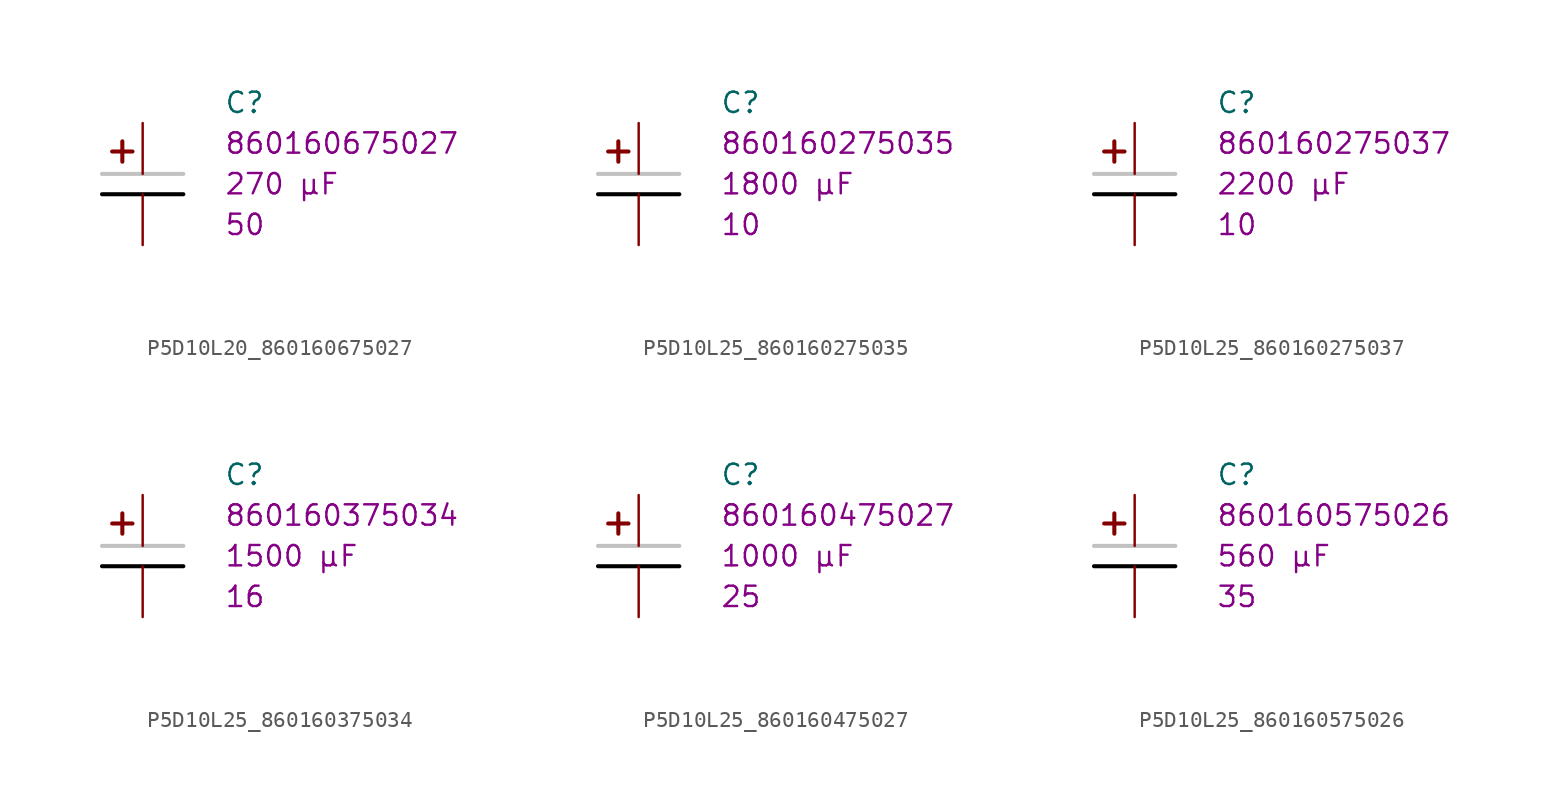
<source format=kicad_sym>
(kicad_symbol_lib
  (version 20220914)
  (generator kicad_symbol_editor)
  (symbol "P5D10L20_860160675027"
    (pin_numbers hide)
    (pin_names hide)
    (property "Reference" "C"
      (at 5.08 5.08 0)
      (effects (font (size 1.27 1.27)) (justify left)))
    (property "Part Number" "860160675027"
      (at 5.08 2.54 0)
      (effects (font (size 1.27 1.27)) (justify left)))
    (property "Capacitance" "270 µF"
      (at 5.08 0 0)
      (effects (font (size 1.27 1.27)) (justify left)))
    (property "Voltage" "50"
      (at 5.08 -2.54 0)
      (effects (font (size 1.27 1.27)) (justify left)))
    (property "Critical Parameter" ""
      (at 0 -7.62 0)
      (effects (font (size 1.27 1.27))))
    (symbol "P5D10L20_860160675027_1_1"
      (polyline (pts (xy -1.27 2.667) (xy -1.27 1.397)) (stroke (width 0.254) (type default)) (fill (type none)))
      (polyline (pts (xy -0.635 2.032) (xy -1.905 2.032)) (stroke (width 0.254) (type default)) (fill (type none)))
      (polyline (pts (xy 2.54 -0.635) (xy -2.54 -0.635)) (stroke (width 0.254) (type default) (color 0 0 0 1)) (fill (type none)))
      (polyline (pts (xy 2.54 0.635) (xy -2.54 0.635)) (stroke (width 0.254) (type default) (color 194 194 194 1)) (fill (type none)))
      (pin passive line (at 0 3.81 270) (length 3.175) (name "1" (effects (font (size 1.27 1.27)))) (number "1" (effects (font (size 1.27 1.27)))))
      (pin passive line (at 0 -3.81 90) (length 3.175) (name "2" (effects (font (size 1.27 1.27)))) (number "2" (effects (font (size 1.27 1.27)))))))
  (symbol "P5D10L25_860160275035"
    (pin_numbers hide)
    (pin_names hide)
    (property "Reference" "C"
      (at 5.08 5.08 0)
      (effects (font (size 1.27 1.27)) (justify left)))
    (property "Part Number" "860160275035"
      (at 5.08 2.54 0)
      (effects (font (size 1.27 1.27)) (justify left)))
    (property "Capacitance" "1800 µF"
      (at 5.08 0 0)
      (effects (font (size 1.27 1.27)) (justify left)))
    (property "Voltage" "10"
      (at 5.08 -2.54 0)
      (effects (font (size 1.27 1.27)) (justify left)))
    (property "Critical Parameter" ""
      (at 0 -7.62 0)
      (effects (font (size 1.27 1.27))))
    (symbol "P5D10L25_860160275035_1_1"
      (polyline (pts (xy -1.27 2.667) (xy -1.27 1.397)) (stroke (width 0.254) (type default)) (fill (type none)))
      (polyline (pts (xy -0.635 2.032) (xy -1.905 2.032)) (stroke (width 0.254) (type default)) (fill (type none)))
      (polyline (pts (xy 2.54 -0.635) (xy -2.54 -0.635)) (stroke (width 0.254) (type default) (color 0 0 0 1)) (fill (type none)))
      (polyline (pts (xy 2.54 0.635) (xy -2.54 0.635)) (stroke (width 0.254) (type default) (color 194 194 194 1)) (fill (type none)))
      (pin passive line (at 0 3.81 270) (length 3.175) (name "1" (effects (font (size 1.27 1.27)))) (number "1" (effects (font (size 1.27 1.27)))))
      (pin passive line (at 0 -3.81 90) (length 3.175) (name "2" (effects (font (size 1.27 1.27)))) (number "2" (effects (font (size 1.27 1.27)))))))
  (symbol "P5D10L25_860160275037"
    (pin_numbers hide)
    (pin_names hide)
    (property "Reference" "C"
      (at 5.08 5.08 0)
      (effects (font (size 1.27 1.27)) (justify left)))
    (property "Part Number" "860160275037"
      (at 5.08 2.54 0)
      (effects (font (size 1.27 1.27)) (justify left)))
    (property "Capacitance" "2200 µF"
      (at 5.08 0 0)
      (effects (font (size 1.27 1.27)) (justify left)))
    (property "Voltage" "10"
      (at 5.08 -2.54 0)
      (effects (font (size 1.27 1.27)) (justify left)))
    (property "Critical Parameter" ""
      (at 0 -7.62 0)
      (effects (font (size 1.27 1.27))))
    (symbol "P5D10L25_860160275037_1_1"
      (polyline (pts (xy -1.27 2.667) (xy -1.27 1.397)) (stroke (width 0.254) (type default)) (fill (type none)))
      (polyline (pts (xy -0.635 2.032) (xy -1.905 2.032)) (stroke (width 0.254) (type default)) (fill (type none)))
      (polyline (pts (xy 2.54 -0.635) (xy -2.54 -0.635)) (stroke (width 0.254) (type default) (color 0 0 0 1)) (fill (type none)))
      (polyline (pts (xy 2.54 0.635) (xy -2.54 0.635)) (stroke (width 0.254) (type default) (color 194 194 194 1)) (fill (type none)))
      (pin passive line (at 0 3.81 270) (length 3.175) (name "1" (effects (font (size 1.27 1.27)))) (number "1" (effects (font (size 1.27 1.27)))))
      (pin passive line (at 0 -3.81 90) (length 3.175) (name "2" (effects (font (size 1.27 1.27)))) (number "2" (effects (font (size 1.27 1.27)))))))
  (symbol "P5D10L25_860160375034"
    (pin_numbers hide)
    (pin_names hide)
    (property "Reference" "C"
      (at 5.08 5.08 0)
      (effects (font (size 1.27 1.27)) (justify left)))
    (property "Part Number" "860160375034"
      (at 5.08 2.54 0)
      (effects (font (size 1.27 1.27)) (justify left)))
    (property "Capacitance" "1500 µF"
      (at 5.08 0 0)
      (effects (font (size 1.27 1.27)) (justify left)))
    (property "Voltage" "16"
      (at 5.08 -2.54 0)
      (effects (font (size 1.27 1.27)) (justify left)))
    (property "Critical Parameter" ""
      (at 0 -7.62 0)
      (effects (font (size 1.27 1.27))))
    (symbol "P5D10L25_860160375034_1_1"
      (polyline (pts (xy -1.27 2.667) (xy -1.27 1.397)) (stroke (width 0.254) (type default)) (fill (type none)))
      (polyline (pts (xy -0.635 2.032) (xy -1.905 2.032)) (stroke (width 0.254) (type default)) (fill (type none)))
      (polyline (pts (xy 2.54 -0.635) (xy -2.54 -0.635)) (stroke (width 0.254) (type default) (color 0 0 0 1)) (fill (type none)))
      (polyline (pts (xy 2.54 0.635) (xy -2.54 0.635)) (stroke (width 0.254) (type default) (color 194 194 194 1)) (fill (type none)))
      (pin passive line (at 0 3.81 270) (length 3.175) (name "1" (effects (font (size 1.27 1.27)))) (number "1" (effects (font (size 1.27 1.27)))))
      (pin passive line (at 0 -3.81 90) (length 3.175) (name "2" (effects (font (size 1.27 1.27)))) (number "2" (effects (font (size 1.27 1.27)))))))
  (symbol "P5D10L25_860160475027"
    (pin_numbers hide)
    (pin_names hide)
    (property "Reference" "C"
      (at 5.08 5.08 0)
      (effects (font (size 1.27 1.27)) (justify left)))
    (property "Part Number" "860160475027"
      (at 5.08 2.54 0)
      (effects (font (size 1.27 1.27)) (justify left)))
    (property "Capacitance" "1000 µF"
      (at 5.08 0 0)
      (effects (font (size 1.27 1.27)) (justify left)))
    (property "Voltage" "25"
      (at 5.08 -2.54 0)
      (effects (font (size 1.27 1.27)) (justify left)))
    (property "Critical Parameter" ""
      (at 0 -7.62 0)
      (effects (font (size 1.27 1.27))))
    (symbol "P5D10L25_860160475027_1_1"
      (polyline (pts (xy -1.27 2.667) (xy -1.27 1.397)) (stroke (width 0.254) (type default)) (fill (type none)))
      (polyline (pts (xy -0.635 2.032) (xy -1.905 2.032)) (stroke (width 0.254) (type default)) (fill (type none)))
      (polyline (pts (xy 2.54 -0.635) (xy -2.54 -0.635)) (stroke (width 0.254) (type default) (color 0 0 0 1)) (fill (type none)))
      (polyline (pts (xy 2.54 0.635) (xy -2.54 0.635)) (stroke (width 0.254) (type default) (color 194 194 194 1)) (fill (type none)))
      (pin passive line (at 0 3.81 270) (length 3.175) (name "1" (effects (font (size 1.27 1.27)))) (number "1" (effects (font (size 1.27 1.27)))))
      (pin passive line (at 0 -3.81 90) (length 3.175) (name "2" (effects (font (size 1.27 1.27)))) (number "2" (effects (font (size 1.27 1.27)))))))
  (symbol "P5D10L25_860160575026"
    (pin_numbers hide)
    (pin_names hide)
    (property "Reference" "C"
      (at 5.08 5.08 0)
      (effects (font (size 1.27 1.27)) (justify left)))
    (property "Part Number" "860160575026"
      (at 5.08 2.54 0)
      (effects (font (size 1.27 1.27)) (justify left)))
    (property "Capacitance" "560 µF"
      (at 5.08 0 0)
      (effects (font (size 1.27 1.27)) (justify left)))
    (property "Voltage" "35"
      (at 5.08 -2.54 0)
      (effects (font (size 1.27 1.27)) (justify left)))
    (property "Critical Parameter" ""
      (at 0 -7.62 0)
      (effects (font (size 1.27 1.27))))
    (symbol "P5D10L25_860160575026_1_1"
      (polyline (pts (xy -1.27 2.667) (xy -1.27 1.397)) (stroke (width 0.254) (type default)) (fill (type none)))
      (polyline (pts (xy -0.635 2.032) (xy -1.905 2.032)) (stroke (width 0.254) (type default)) (fill (type none)))
      (polyline (pts (xy 2.54 -0.635) (xy -2.54 -0.635)) (stroke (width 0.254) (type default) (color 0 0 0 1)) (fill (type none)))
      (polyline (pts (xy 2.54 0.635) (xy -2.54 0.635)) (stroke (width 0.254) (type default) (color 194 194 194 1)) (fill (type none)))
      (pin passive line (at 0 3.81 270) (length 3.175) (name "1" (effects (font (size 1.27 1.27)))) (number "1" (effects (font (size 1.27 1.27)))))
      (pin passive line (at 0 -3.81 90) (length 3.175) (name "2" (effects (font (size 1.27 1.27)))) (number "2" (effects (font (size 1.27 1.27))))))))
</source>
